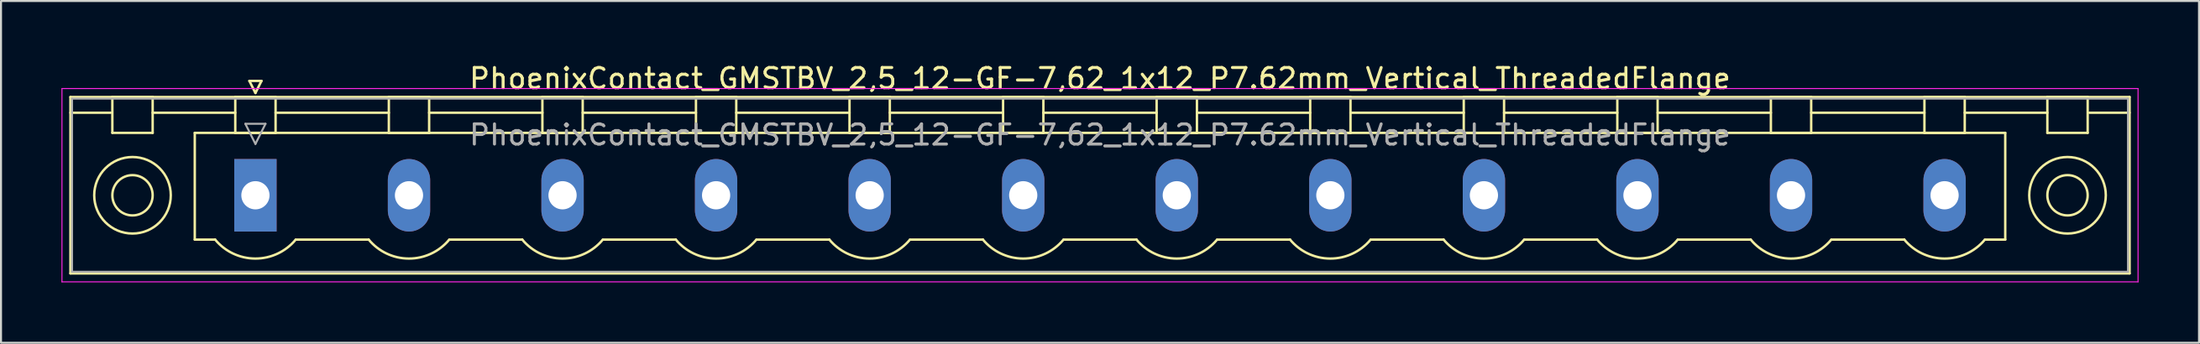
<source format=kicad_pcb>
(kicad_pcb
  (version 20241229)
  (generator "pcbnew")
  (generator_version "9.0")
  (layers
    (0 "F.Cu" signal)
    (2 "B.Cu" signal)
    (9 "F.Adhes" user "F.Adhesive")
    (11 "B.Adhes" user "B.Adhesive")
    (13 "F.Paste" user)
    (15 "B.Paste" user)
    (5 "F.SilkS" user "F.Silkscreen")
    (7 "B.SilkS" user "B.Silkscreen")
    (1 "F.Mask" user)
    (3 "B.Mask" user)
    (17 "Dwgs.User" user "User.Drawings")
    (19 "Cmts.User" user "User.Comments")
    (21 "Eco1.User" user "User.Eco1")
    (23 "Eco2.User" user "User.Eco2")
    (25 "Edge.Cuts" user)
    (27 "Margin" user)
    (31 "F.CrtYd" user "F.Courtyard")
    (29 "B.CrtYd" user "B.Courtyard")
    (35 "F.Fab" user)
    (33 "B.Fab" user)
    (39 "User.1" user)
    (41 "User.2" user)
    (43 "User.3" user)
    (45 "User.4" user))
  (footprint "PhoenixContact_GMSTBV_2,5_12-GF-7,62_1x12_P7.62mm_Vertical_ThreadedFlange"
    (layer "F.Cu")
    (at 9.625 6.648)
    (property "Reference" "PhoenixContact_GMSTBV_2,5_12-GF-7,62_1x12_P7.62mm_Vertical_ThreadedFlange" (at 41.91 -5.8 0) (layer "F.SilkS") (effects (font (size 1 1) (thickness 0.15))))
    (attr through_hole)
    (fp_line (start -9.18 -4.88) (end -9.18 3.88) (stroke (width 0.12) (type solid)) (layer "F.SilkS"))
    (fp_line (start -9.18 -4.1) (end -7.18 -4.1) (stroke (width 0.12) (type solid)) (layer "F.SilkS"))
    (fp_line (start -9.18 3.88) (end 93 3.88) (stroke (width 0.12) (type solid)) (layer "F.SilkS"))
    (fp_line (start -7.1 -4.88) (end -5.1 -4.88) (stroke (width 0.12) (type solid)) (layer "F.SilkS"))
    (fp_line (start -7.1 -3.1) (end -7.1 -4.88) (stroke (width 0.12) (type solid)) (layer "F.SilkS"))
    (fp_line (start -5.1 -4.88) (end -5.1 -3.1) (stroke (width 0.12) (type solid)) (layer "F.SilkS"))
    (fp_line (start -5.1 -4.1) (end -1 -4.1) (stroke (width 0.12) (type solid)) (layer "F.SilkS"))
    (fp_line (start -5.1 -3.1) (end -7.1 -3.1) (stroke (width 0.12) (type solid)) (layer "F.SilkS"))
    (fp_line (start -3.01 -3.1) (end 86.83 -3.1) (stroke (width 0.12) (type solid)) (layer "F.SilkS"))
    (fp_line (start -3.01 2.2) (end -3.01 -3.1) (stroke (width 0.12) (type solid)) (layer "F.SilkS"))
    (fp_line (start -2 2.2) (end -3.01 2.2) (stroke (width 0.12) (type solid)) (layer "F.SilkS"))
    (fp_line (start -1 -4.88) (end 1 -4.88) (stroke (width 0.12) (type solid)) (layer "F.SilkS"))
    (fp_line (start -1 -3.1) (end -1 -4.88) (stroke (width 0.12) (type solid)) (layer "F.SilkS"))
    (fp_line (start -0.3 -5.68) (end 0.3 -5.68) (stroke (width 0.12) (type solid)) (layer "F.SilkS"))
    (fp_line (start 0 -5.08) (end -0.3 -5.68) (stroke (width 0.12) (type solid)) (layer "F.SilkS"))
    (fp_line (start 0.3 -5.68) (end 0 -5.08) (stroke (width 0.12) (type solid)) (layer "F.SilkS"))
    (fp_line (start 1 -4.88) (end 1 -3.1) (stroke (width 0.12) (type solid)) (layer "F.SilkS"))
    (fp_line (start 1 -4.1) (end 6.62 -4.1) (stroke (width 0.12) (type solid)) (layer "F.SilkS"))
    (fp_line (start 1 -3.1) (end -1 -3.1) (stroke (width 0.12) (type solid)) (layer "F.SilkS"))
    (fp_line (start 2 2.2) (end 5.62 2.2) (stroke (width 0.12) (type solid)) (layer "F.SilkS"))
    (fp_line (start 6.62 -4.88) (end 8.62 -4.88) (stroke (width 0.12) (type solid)) (layer "F.SilkS"))
    (fp_line (start 6.62 -3.1) (end 6.62 -4.88) (stroke (width 0.12) (type solid)) (layer "F.SilkS"))
    (fp_line (start 8.62 -4.88) (end 8.62 -3.1) (stroke (width 0.12) (type solid)) (layer "F.SilkS"))
    (fp_line (start 8.62 -4.1) (end 14.24 -4.1) (stroke (width 0.12) (type solid)) (layer "F.SilkS"))
    (fp_line (start 8.62 -3.1) (end 6.62 -3.1) (stroke (width 0.12) (type solid)) (layer "F.SilkS"))
    (fp_line (start 9.62 2.2) (end 13.24 2.2) (stroke (width 0.12) (type solid)) (layer "F.SilkS"))
    (fp_line (start 14.24 -4.88) (end 16.24 -4.88) (stroke (width 0.12) (type solid)) (layer "F.SilkS"))
    (fp_line (start 14.24 -3.1) (end 14.24 -4.88) (stroke (width 0.12) (type solid)) (layer "F.SilkS"))
    (fp_line (start 16.24 -4.88) (end 16.24 -3.1) (stroke (width 0.12) (type solid)) (layer "F.SilkS"))
    (fp_line (start 16.24 -4.1) (end 21.86 -4.1) (stroke (width 0.12) (type solid)) (layer "F.SilkS"))
    (fp_line (start 16.24 -3.1) (end 14.24 -3.1) (stroke (width 0.12) (type solid)) (layer "F.SilkS"))
    (fp_line (start 17.24 2.2) (end 20.86 2.2) (stroke (width 0.12) (type solid)) (layer "F.SilkS"))
    (fp_line (start 21.86 -4.88) (end 23.86 -4.88) (stroke (width 0.12) (type solid)) (layer "F.SilkS"))
    (fp_line (start 21.86 -3.1) (end 21.86 -4.88) (stroke (width 0.12) (type solid)) (layer "F.SilkS"))
    (fp_line (start 23.86 -4.88) (end 23.86 -3.1) (stroke (width 0.12) (type solid)) (layer "F.SilkS"))
    (fp_line (start 23.86 -4.1) (end 29.48 -4.1) (stroke (width 0.12) (type solid)) (layer "F.SilkS"))
    (fp_line (start 23.86 -3.1) (end 21.86 -3.1) (stroke (width 0.12) (type solid)) (layer "F.SilkS"))
    (fp_line (start 24.86 2.2) (end 28.48 2.2) (stroke (width 0.12) (type solid)) (layer "F.SilkS"))
    (fp_line (start 29.48 -4.88) (end 31.48 -4.88) (stroke (width 0.12) (type solid)) (layer "F.SilkS"))
    (fp_line (start 29.48 -3.1) (end 29.48 -4.88) (stroke (width 0.12) (type solid)) (layer "F.SilkS"))
    (fp_line (start 31.48 -4.88) (end 31.48 -3.1) (stroke (width 0.12) (type solid)) (layer "F.SilkS"))
    (fp_line (start 31.48 -4.1) (end 37.1 -4.1) (stroke (width 0.12) (type solid)) (layer "F.SilkS"))
    (fp_line (start 31.48 -3.1) (end 29.48 -3.1) (stroke (width 0.12) (type solid)) (layer "F.SilkS"))
    (fp_line (start 32.48 2.2) (end 36.1 2.2) (stroke (width 0.12) (type solid)) (layer "F.SilkS"))
    (fp_line (start 37.1 -4.88) (end 39.1 -4.88) (stroke (width 0.12) (type solid)) (layer "F.SilkS"))
    (fp_line (start 37.1 -3.1) (end 37.1 -4.88) (stroke (width 0.12) (type solid)) (layer "F.SilkS"))
    (fp_line (start 39.1 -4.88) (end 39.1 -3.1) (stroke (width 0.12) (type solid)) (layer "F.SilkS"))
    (fp_line (start 39.1 -4.1) (end 44.72 -4.1) (stroke (width 0.12) (type solid)) (layer "F.SilkS"))
    (fp_line (start 39.1 -3.1) (end 37.1 -3.1) (stroke (width 0.12) (type solid)) (layer "F.SilkS"))
    (fp_line (start 40.1 2.2) (end 43.72 2.2) (stroke (width 0.12) (type solid)) (layer "F.SilkS"))
    (fp_line (start 44.72 -4.88) (end 46.72 -4.88) (stroke (width 0.12) (type solid)) (layer "F.SilkS"))
    (fp_line (start 44.72 -3.1) (end 44.72 -4.88) (stroke (width 0.12) (type solid)) (layer "F.SilkS"))
    (fp_line (start 46.72 -4.88) (end 46.72 -3.1) (stroke (width 0.12) (type solid)) (layer "F.SilkS"))
    (fp_line (start 46.72 -4.1) (end 52.34 -4.1) (stroke (width 0.12) (type solid)) (layer "F.SilkS"))
    (fp_line (start 46.72 -3.1) (end 44.72 -3.1) (stroke (width 0.12) (type solid)) (layer "F.SilkS"))
    (fp_line (start 47.72 2.2) (end 51.34 2.2) (stroke (width 0.12) (type solid)) (layer "F.SilkS"))
    (fp_line (start 52.34 -4.88) (end 54.34 -4.88) (stroke (width 0.12) (type solid)) (layer "F.SilkS"))
    (fp_line (start 52.34 -3.1) (end 52.34 -4.88) (stroke (width 0.12) (type solid)) (layer "F.SilkS"))
    (fp_line (start 54.34 -4.88) (end 54.34 -3.1) (stroke (width 0.12) (type solid)) (layer "F.SilkS"))
    (fp_line (start 54.34 -4.1) (end 59.96 -4.1) (stroke (width 0.12) (type solid)) (layer "F.SilkS"))
    (fp_line (start 54.34 -3.1) (end 52.34 -3.1) (stroke (width 0.12) (type solid)) (layer "F.SilkS"))
    (fp_line (start 55.34 2.2) (end 58.96 2.2) (stroke (width 0.12) (type solid)) (layer "F.SilkS"))
    (fp_line (start 59.96 -4.88) (end 61.96 -4.88) (stroke (width 0.12) (type solid)) (layer "F.SilkS"))
    (fp_line (start 59.96 -3.1) (end 59.96 -4.88) (stroke (width 0.12) (type solid)) (layer "F.SilkS"))
    (fp_line (start 61.96 -4.88) (end 61.96 -3.1) (stroke (width 0.12) (type solid)) (layer "F.SilkS"))
    (fp_line (start 61.96 -4.1) (end 67.58 -4.1) (stroke (width 0.12) (type solid)) (layer "F.SilkS"))
    (fp_line (start 61.96 -3.1) (end 59.96 -3.1) (stroke (width 0.12) (type solid)) (layer "F.SilkS"))
    (fp_line (start 62.96 2.2) (end 66.58 2.2) (stroke (width 0.12) (type solid)) (layer "F.SilkS"))
    (fp_line (start 67.58 -4.88) (end 69.58 -4.88) (stroke (width 0.12) (type solid)) (layer "F.SilkS"))
    (fp_line (start 67.58 -3.1) (end 67.58 -4.88) (stroke (width 0.12) (type solid)) (layer "F.SilkS"))
    (fp_line (start 69.58 -4.88) (end 69.58 -3.1) (stroke (width 0.12) (type solid)) (layer "F.SilkS"))
    (fp_line (start 69.58 -4.1) (end 75.2 -4.1) (stroke (width 0.12) (type solid)) (layer "F.SilkS"))
    (fp_line (start 69.58 -3.1) (end 67.58 -3.1) (stroke (width 0.12) (type solid)) (layer "F.SilkS"))
    (fp_line (start 70.58 2.2) (end 74.2 2.2) (stroke (width 0.12) (type solid)) (layer "F.SilkS"))
    (fp_line (start 75.2 -4.88) (end 77.2 -4.88) (stroke (width 0.12) (type solid)) (layer "F.SilkS"))
    (fp_line (start 75.2 -3.1) (end 75.2 -4.88) (stroke (width 0.12) (type solid)) (layer "F.SilkS"))
    (fp_line (start 77.2 -4.88) (end 77.2 -3.1) (stroke (width 0.12) (type solid)) (layer "F.SilkS"))
    (fp_line (start 77.2 -4.1) (end 82.82 -4.1) (stroke (width 0.12) (type solid)) (layer "F.SilkS"))
    (fp_line (start 77.2 -3.1) (end 75.2 -3.1) (stroke (width 0.12) (type solid)) (layer "F.SilkS"))
    (fp_line (start 78.2 2.2) (end 81.82 2.2) (stroke (width 0.12) (type solid)) (layer "F.SilkS"))
    (fp_line (start 82.82 -4.88) (end 84.82 -4.88) (stroke (width 0.12) (type solid)) (layer "F.SilkS"))
    (fp_line (start 82.82 -3.1) (end 82.82 -4.88) (stroke (width 0.12) (type solid)) (layer "F.SilkS"))
    (fp_line (start 84.82 -4.88) (end 84.82 -3.1) (stroke (width 0.12) (type solid)) (layer "F.SilkS"))
    (fp_line (start 84.82 -4.1) (end 88.92 -4.1) (stroke (width 0.12) (type solid)) (layer "F.SilkS"))
    (fp_line (start 84.82 -3.1) (end 82.82 -3.1) (stroke (width 0.12) (type solid)) (layer "F.SilkS"))
    (fp_line (start 86.83 -3.1) (end 86.83 2.2) (stroke (width 0.12) (type solid)) (layer "F.SilkS"))
    (fp_line (start 86.83 2.2) (end 85.82 2.2) (stroke (width 0.12) (type solid)) (layer "F.SilkS"))
    (fp_line (start 88.92 -4.88) (end 90.92 -4.88) (stroke (width 0.12) (type solid)) (layer "F.SilkS"))
    (fp_line (start 88.92 -3.1) (end 88.92 -4.88) (stroke (width 0.12) (type solid)) (layer "F.SilkS"))
    (fp_line (start 90.92 -4.88) (end 90.92 -3.1) (stroke (width 0.12) (type solid)) (layer "F.SilkS"))
    (fp_line (start 90.92 -3.1) (end 88.92 -3.1) (stroke (width 0.12) (type solid)) (layer "F.SilkS"))
    (fp_line (start 93 -4.88) (end -9.18 -4.88) (stroke (width 0.12) (type solid)) (layer "F.SilkS"))
    (fp_line (start 93 -4.1) (end 91 -4.1) (stroke (width 0.12) (type solid)) (layer "F.SilkS"))
    (fp_line (start 93 3.88) (end 93 -4.88) (stroke (width 0.12) (type solid)) (layer "F.SilkS"))
    (fp_arc (start 1.986842 2.215821) (mid -0.010289 3.142758) (end -2 2.2) (stroke (width 0.12) (type solid)) (layer "F.SilkS"))
    (fp_arc (start 9.606842 2.215821) (mid 7.609711 3.142758) (end 5.62 2.2) (stroke (width 0.12) (type solid)) (layer "F.SilkS"))
    (fp_arc (start 17.226842 2.215821) (mid 15.229711 3.142758) (end 13.24 2.2) (stroke (width 0.12) (type solid)) (layer "F.SilkS"))
    (fp_arc (start 24.846842 2.215821) (mid 22.849711 3.142758) (end 20.86 2.2) (stroke (width 0.12) (type solid)) (layer "F.SilkS"))
    (fp_arc (start 32.466842 2.215821) (mid 30.469711 3.142758) (end 28.48 2.2) (stroke (width 0.12) (type solid)) (layer "F.SilkS"))
    (fp_arc (start 40.086842 2.215821) (mid 38.089711 3.142758) (end 36.1 2.2) (stroke (width 0.12) (type solid)) (layer "F.SilkS"))
    (fp_arc (start 47.706842 2.215821) (mid 45.709711 3.142758) (end 43.72 2.2) (stroke (width 0.12) (type solid)) (layer "F.SilkS"))
    (fp_arc (start 55.326842 2.215821) (mid 53.329711 3.142758) (end 51.34 2.2) (stroke (width 0.12) (type solid)) (layer "F.SilkS"))
    (fp_arc (start 62.946842 2.215821) (mid 60.949711 3.142758) (end 58.96 2.2) (stroke (width 0.12) (type solid)) (layer "F.SilkS"))
    (fp_arc (start 70.566842 2.215821) (mid 68.569711 3.142758) (end 66.58 2.2) (stroke (width 0.12) (type solid)) (layer "F.SilkS"))
    (fp_arc (start 78.186842 2.215821) (mid 76.189711 3.142758) (end 74.2 2.2) (stroke (width 0.12) (type solid)) (layer "F.SilkS"))
    (fp_arc (start 85.806842 2.215821) (mid 83.809711 3.142758) (end 81.82 2.2) (stroke (width 0.12) (type solid)) (layer "F.SilkS"))
    (fp_circle (center -6.1 0) (end -5.1 0) (stroke (width 0.12) (type solid)) (fill no) (layer "F.SilkS"))
    (fp_circle (center -6.1 0) (end -4.2 0) (stroke (width 0.12) (type solid)) (fill no) (layer "F.SilkS"))
    (fp_circle (center 89.92 0) (end 90.92 0) (stroke (width 0.12) (type solid)) (fill no) (layer "F.SilkS"))
    (fp_circle (center 89.92 0) (end 91.82 0) (stroke (width 0.12) (type solid)) (fill no) (layer "F.SilkS"))
    (fp_line (start -9.6 -5.3) (end -9.6 4.3) (stroke (width 0.05) (type solid)) (layer "F.CrtYd"))
    (fp_line (start -9.6 4.3) (end 93.42 4.3) (stroke (width 0.05) (type solid)) (layer "F.CrtYd"))
    (fp_line (start 93.42 -5.3) (end -9.6 -5.3) (stroke (width 0.05) (type solid)) (layer "F.CrtYd"))
    (fp_line (start 93.42 4.3) (end 93.42 -5.3) (stroke (width 0.05) (type solid)) (layer "F.CrtYd"))
    (fp_line (start -9.1 -4.8) (end -9.1 3.8) (stroke (width 0.1) (type solid)) (layer "F.Fab"))
    (fp_line (start -9.1 3.8) (end 92.92 3.8) (stroke (width 0.1) (type solid)) (layer "F.Fab"))
    (fp_line (start -0.5 -3.55) (end 0.5 -3.55) (stroke (width 0.1) (type solid)) (layer "F.Fab"))
    (fp_line (start 0 -2.55) (end -0.5 -3.55) (stroke (width 0.1) (type solid)) (layer "F.Fab"))
    (fp_line (start 0.5 -3.55) (end 0 -2.55) (stroke (width 0.1) (type solid)) (layer "F.Fab"))
    (fp_line (start 92.92 -4.8) (end -9.1 -4.8) (stroke (width 0.1) (type solid)) (layer "F.Fab"))
    (fp_line (start 92.92 3.8) (end 92.92 -4.8) (stroke (width 0.1) (type solid)) (layer "F.Fab"))
    (fp_text user "${REFERENCE}" (at 41.91 -3 0) (layer "F.Fab") (effects (font (size 1 1) (thickness 0.15))))
    (pad "1" thru_hole rect (at 0 0) (size 2.1 3.6) (drill 1.4) (layers "*.Cu" "*.Mask"))
    (pad "2" thru_hole oval (at 7.62 0) (size 2.1 3.6) (drill 1.4) (layers "*.Cu" "*.Mask"))
    (pad "3" thru_hole oval (at 15.24 0) (size 2.1 3.6) (drill 1.4) (layers "*.Cu" "*.Mask"))
    (pad "4" thru_hole oval (at 22.86 0) (size 2.1 3.6) (drill 1.4) (layers "*.Cu" "*.Mask"))
    (pad "5" thru_hole oval (at 30.48 0) (size 2.1 3.6) (drill 1.4) (layers "*.Cu" "*.Mask"))
    (pad "6" thru_hole oval (at 38.1 0) (size 2.1 3.6) (drill 1.4) (layers "*.Cu" "*.Mask"))
    (pad "7" thru_hole oval (at 45.72 0) (size 2.1 3.6) (drill 1.4) (layers "*.Cu" "*.Mask"))
    (pad "8" thru_hole oval (at 53.34 0) (size 2.1 3.6) (drill 1.4) (layers "*.Cu" "*.Mask"))
    (pad "9" thru_hole oval (at 60.96 0) (size 2.1 3.6) (drill 1.4) (layers "*.Cu" "*.Mask"))
    (pad "10" thru_hole oval (at 68.58 0) (size 2.1 3.6) (drill 1.4) (layers "*.Cu" "*.Mask"))
    (pad "11" thru_hole oval (at 76.2 0) (size 2.1 3.6) (drill 1.4) (layers "*.Cu" "*.Mask"))
    (pad "12" thru_hole oval (at 83.82 0) (size 2.1 3.6) (drill 1.4) (layers "*.Cu" "*.Mask")))
  (gr_rect
    (start -3 -3)
    (end 106.07 13.973)
    (stroke (width 0.1) (type default))
    (fill no)
    (layer "Edge.Cuts")))
</source>
